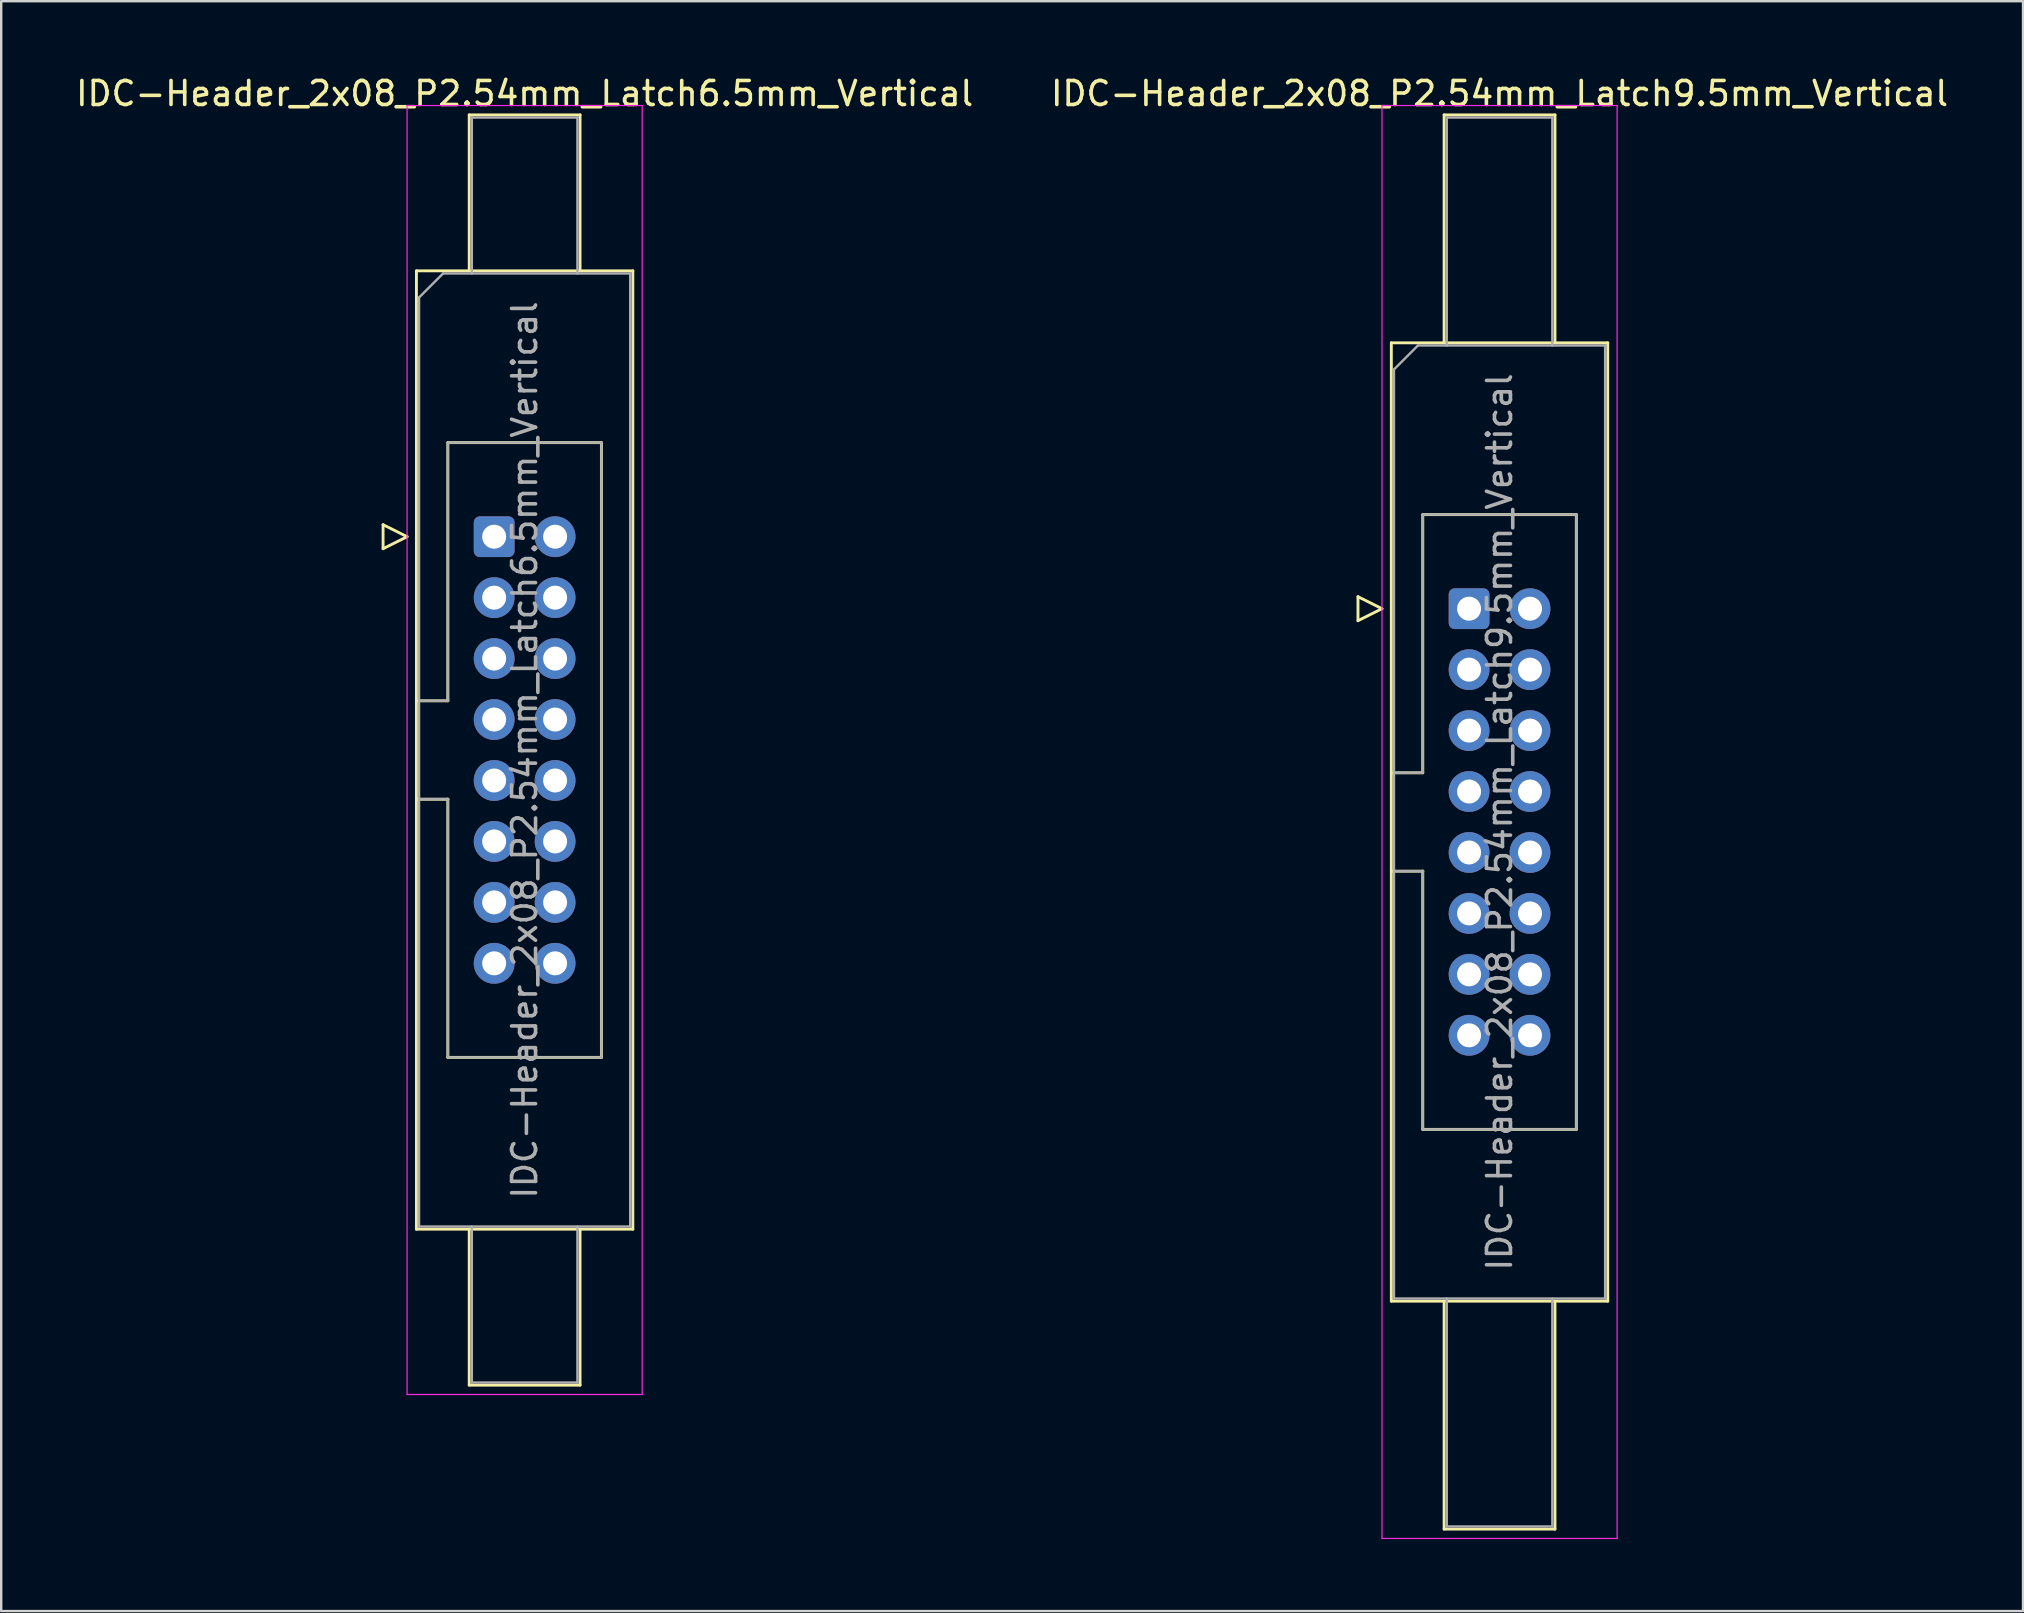
<source format=kicad_pcb>
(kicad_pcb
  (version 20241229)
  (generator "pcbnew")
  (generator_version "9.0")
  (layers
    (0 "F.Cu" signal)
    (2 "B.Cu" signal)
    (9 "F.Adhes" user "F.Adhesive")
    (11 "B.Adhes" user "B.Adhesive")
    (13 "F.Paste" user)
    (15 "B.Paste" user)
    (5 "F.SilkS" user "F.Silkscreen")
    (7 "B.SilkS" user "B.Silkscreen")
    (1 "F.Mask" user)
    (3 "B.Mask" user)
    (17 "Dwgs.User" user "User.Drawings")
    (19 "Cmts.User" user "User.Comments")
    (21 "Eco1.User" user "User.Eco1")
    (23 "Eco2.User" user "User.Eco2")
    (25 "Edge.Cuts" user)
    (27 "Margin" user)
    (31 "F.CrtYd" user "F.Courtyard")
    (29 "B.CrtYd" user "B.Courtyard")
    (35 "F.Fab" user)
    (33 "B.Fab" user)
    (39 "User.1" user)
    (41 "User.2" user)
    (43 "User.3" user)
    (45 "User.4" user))
  (footprint "IDC-Header_2x08_P2.54mm_Latch9.5mm_Vertical"
    (layer "F.Cu")
    (at 58.176 22.318)
    (property "Reference" "IDC-Header_2x08_P2.54mm_Latch9.5mm_Vertical" (at 1.27 -21.47 0) (layer "F.SilkS") (effects (font (size 1 1) (thickness 0.15))))
    (attr through_hole)
    (fp_line (start -4.63 -0.5) (end -4.63 0.5) (stroke (width 0.12) (type solid)) (layer "F.SilkS"))
    (fp_line (start -4.63 0.5) (end -3.63 0) (stroke (width 0.12) (type solid)) (layer "F.SilkS"))
    (fp_line (start -3.63 0) (end -4.63 -0.5) (stroke (width 0.12) (type solid)) (layer "F.SilkS"))
    (fp_line (start -3.24 -11.08) (end 5.78 -11.08) (stroke (width 0.12) (type solid)) (layer "F.SilkS"))
    (fp_line (start -3.24 6.84) (end -1.93 6.84) (stroke (width 0.12) (type solid)) (layer "F.SilkS"))
    (fp_line (start -3.24 28.86) (end -3.24 -11.08) (stroke (width 0.12) (type solid)) (layer "F.SilkS"))
    (fp_line (start -1.93 -3.92) (end 4.47 -3.92) (stroke (width 0.12) (type solid)) (layer "F.SilkS"))
    (fp_line (start -1.93 6.84) (end -1.93 -3.92) (stroke (width 0.12) (type solid)) (layer "F.SilkS"))
    (fp_line (start -1.93 10.94) (end -3.24 10.94) (stroke (width 0.12) (type solid)) (layer "F.SilkS"))
    (fp_line (start -1.93 10.94) (end -1.93 10.94) (stroke (width 0.12) (type solid)) (layer "F.SilkS"))
    (fp_line (start -1.93 21.7) (end -1.93 10.94) (stroke (width 0.12) (type solid)) (layer "F.SilkS"))
    (fp_line (start -1.04 -20.58) (end 3.58 -20.58) (stroke (width 0.12) (type solid)) (layer "F.SilkS"))
    (fp_line (start -1.04 -11.08) (end -1.04 -20.58) (stroke (width 0.12) (type solid)) (layer "F.SilkS"))
    (fp_line (start -1.04 28.86) (end -1.04 38.36) (stroke (width 0.12) (type solid)) (layer "F.SilkS"))
    (fp_line (start -1.04 38.36) (end 3.58 38.36) (stroke (width 0.12) (type solid)) (layer "F.SilkS"))
    (fp_line (start 3.58 -20.58) (end 3.58 -11.08) (stroke (width 0.12) (type solid)) (layer "F.SilkS"))
    (fp_line (start 3.58 38.36) (end 3.58 28.86) (stroke (width 0.12) (type solid)) (layer "F.SilkS"))
    (fp_line (start 4.47 -3.92) (end 4.47 21.7) (stroke (width 0.12) (type solid)) (layer "F.SilkS"))
    (fp_line (start 4.47 21.7) (end -1.93 21.7) (stroke (width 0.12) (type solid)) (layer "F.SilkS"))
    (fp_line (start 5.78 -11.08) (end 5.78 28.86) (stroke (width 0.12) (type solid)) (layer "F.SilkS"))
    (fp_line (start 5.78 28.86) (end -3.24 28.86) (stroke (width 0.12) (type solid)) (layer "F.SilkS"))
    (fp_line (start -3.63 -20.97) (end -3.63 38.75) (stroke (width 0.05) (type solid)) (layer "F.CrtYd"))
    (fp_line (start -3.63 38.75) (end 6.17 38.75) (stroke (width 0.05) (type solid)) (layer "F.CrtYd"))
    (fp_line (start 6.17 -20.97) (end -3.63 -20.97) (stroke (width 0.05) (type solid)) (layer "F.CrtYd"))
    (fp_line (start 6.17 38.75) (end 6.17 -20.97) (stroke (width 0.05) (type solid)) (layer "F.CrtYd"))
    (fp_line (start -3.13 -9.97) (end -2.13 -10.97) (stroke (width 0.1) (type solid)) (layer "F.Fab"))
    (fp_line (start -3.13 6.84) (end -1.93 6.84) (stroke (width 0.1) (type solid)) (layer "F.Fab"))
    (fp_line (start -3.13 28.75) (end -3.13 -9.97) (stroke (width 0.1) (type solid)) (layer "F.Fab"))
    (fp_line (start -2.13 -10.97) (end 5.67 -10.97) (stroke (width 0.1) (type solid)) (layer "F.Fab"))
    (fp_line (start -1.93 -3.92) (end 4.47 -3.92) (stroke (width 0.1) (type solid)) (layer "F.Fab"))
    (fp_line (start -1.93 6.84) (end -1.93 -3.92) (stroke (width 0.1) (type solid)) (layer "F.Fab"))
    (fp_line (start -1.93 10.94) (end -3.13 10.94) (stroke (width 0.1) (type solid)) (layer "F.Fab"))
    (fp_line (start -1.93 10.94) (end -1.93 10.94) (stroke (width 0.1) (type solid)) (layer "F.Fab"))
    (fp_line (start -1.93 21.7) (end -1.93 10.94) (stroke (width 0.1) (type solid)) (layer "F.Fab"))
    (fp_line (start -0.93 -20.47) (end 3.47 -20.47) (stroke (width 0.1) (type solid)) (layer "F.Fab"))
    (fp_line (start -0.93 -10.97) (end -0.93 -20.47) (stroke (width 0.1) (type solid)) (layer "F.Fab"))
    (fp_line (start -0.93 28.75) (end -0.93 38.25) (stroke (width 0.1) (type solid)) (layer "F.Fab"))
    (fp_line (start -0.93 38.25) (end 3.47 38.25) (stroke (width 0.1) (type solid)) (layer "F.Fab"))
    (fp_line (start 3.47 -20.47) (end 3.47 -10.97) (stroke (width 0.1) (type solid)) (layer "F.Fab"))
    (fp_line (start 3.47 38.25) (end 3.47 28.75) (stroke (width 0.1) (type solid)) (layer "F.Fab"))
    (fp_line (start 4.47 -3.92) (end 4.47 21.7) (stroke (width 0.1) (type solid)) (layer "F.Fab"))
    (fp_line (start 4.47 21.7) (end -1.93 21.7) (stroke (width 0.1) (type solid)) (layer "F.Fab"))
    (fp_line (start 5.67 -10.97) (end 5.67 28.75) (stroke (width 0.1) (type solid)) (layer "F.Fab"))
    (fp_line (start 5.67 28.75) (end -3.13 28.75) (stroke (width 0.1) (type solid)) (layer "F.Fab"))
    (fp_text user "${REFERENCE}" (at 1.27 8.89 90) (layer "F.Fab") (effects (font (size 1 1) (thickness 0.15))))
    (pad "1" thru_hole roundrect (at 0 0) (size 1.7 1.7) (drill 1) (layers "*.Cu" "*.Mask") (roundrect_rratio 0.147))
    (pad "2" thru_hole circle (at 2.54 0) (size 1.7 1.7) (drill 1) (layers "*.Cu" "*.Mask"))
    (pad "3" thru_hole circle (at 0 2.54) (size 1.7 1.7) (drill 1) (layers "*.Cu" "*.Mask"))
    (pad "4" thru_hole circle (at 2.54 2.54) (size 1.7 1.7) (drill 1) (layers "*.Cu" "*.Mask"))
    (pad "5" thru_hole circle (at 0 5.08) (size 1.7 1.7) (drill 1) (layers "*.Cu" "*.Mask"))
    (pad "6" thru_hole circle (at 2.54 5.08) (size 1.7 1.7) (drill 1) (layers "*.Cu" "*.Mask"))
    (pad "7" thru_hole circle (at 0 7.62) (size 1.7 1.7) (drill 1) (layers "*.Cu" "*.Mask"))
    (pad "8" thru_hole circle (at 2.54 7.62) (size 1.7 1.7) (drill 1) (layers "*.Cu" "*.Mask"))
    (pad "9" thru_hole circle (at 0 10.16) (size 1.7 1.7) (drill 1) (layers "*.Cu" "*.Mask"))
    (pad "10" thru_hole circle (at 2.54 10.16) (size 1.7 1.7) (drill 1) (layers "*.Cu" "*.Mask"))
    (pad "11" thru_hole circle (at 0 12.7) (size 1.7 1.7) (drill 1) (layers "*.Cu" "*.Mask"))
    (pad "12" thru_hole circle (at 2.54 12.7) (size 1.7 1.7) (drill 1) (layers "*.Cu" "*.Mask"))
    (pad "13" thru_hole circle (at 0 15.24) (size 1.7 1.7) (drill 1) (layers "*.Cu" "*.Mask"))
    (pad "14" thru_hole circle (at 2.54 15.24) (size 1.7 1.7) (drill 1) (layers "*.Cu" "*.Mask"))
    (pad "15" thru_hole circle (at 0 17.78) (size 1.7 1.7) (drill 1) (layers "*.Cu" "*.Mask"))
    (pad "16" thru_hole circle (at 2.54 17.78) (size 1.7 1.7) (drill 1) (layers "*.Cu" "*.Mask")))
  (footprint "IDC-Header_2x08_P2.54mm_Latch6.5mm_Vertical"
    (layer "F.Cu")
    (at 17.545 19.318)
    (property "Reference" "IDC-Header_2x08_P2.54mm_Latch6.5mm_Vertical" (at 1.27 -18.47 0) (layer "F.SilkS") (effects (font (size 1 1) (thickness 0.15))))
    (attr through_hole)
    (fp_line (start -4.63 -0.5) (end -4.63 0.5) (stroke (width 0.12) (type solid)) (layer "F.SilkS"))
    (fp_line (start -4.63 0.5) (end -3.63 0) (stroke (width 0.12) (type solid)) (layer "F.SilkS"))
    (fp_line (start -3.63 0) (end -4.63 -0.5) (stroke (width 0.12) (type solid)) (layer "F.SilkS"))
    (fp_line (start -3.24 -11.08) (end 5.78 -11.08) (stroke (width 0.12) (type solid)) (layer "F.SilkS"))
    (fp_line (start -3.24 6.84) (end -1.93 6.84) (stroke (width 0.12) (type solid)) (layer "F.SilkS"))
    (fp_line (start -3.24 28.86) (end -3.24 -11.08) (stroke (width 0.12) (type solid)) (layer "F.SilkS"))
    (fp_line (start -1.93 -3.92) (end 4.47 -3.92) (stroke (width 0.12) (type solid)) (layer "F.SilkS"))
    (fp_line (start -1.93 6.84) (end -1.93 -3.92) (stroke (width 0.12) (type solid)) (layer "F.SilkS"))
    (fp_line (start -1.93 10.94) (end -3.24 10.94) (stroke (width 0.12) (type solid)) (layer "F.SilkS"))
    (fp_line (start -1.93 10.94) (end -1.93 10.94) (stroke (width 0.12) (type solid)) (layer "F.SilkS"))
    (fp_line (start -1.93 21.7) (end -1.93 10.94) (stroke (width 0.12) (type solid)) (layer "F.SilkS"))
    (fp_line (start -1.04 -17.58) (end 3.58 -17.58) (stroke (width 0.12) (type solid)) (layer "F.SilkS"))
    (fp_line (start -1.04 -11.08) (end -1.04 -17.58) (stroke (width 0.12) (type solid)) (layer "F.SilkS"))
    (fp_line (start -1.04 28.86) (end -1.04 35.36) (stroke (width 0.12) (type solid)) (layer "F.SilkS"))
    (fp_line (start -1.04 35.36) (end 3.58 35.36) (stroke (width 0.12) (type solid)) (layer "F.SilkS"))
    (fp_line (start 3.58 -17.58) (end 3.58 -11.08) (stroke (width 0.12) (type solid)) (layer "F.SilkS"))
    (fp_line (start 3.58 35.36) (end 3.58 28.86) (stroke (width 0.12) (type solid)) (layer "F.SilkS"))
    (fp_line (start 4.47 -3.92) (end 4.47 21.7) (stroke (width 0.12) (type solid)) (layer "F.SilkS"))
    (fp_line (start 4.47 21.7) (end -1.93 21.7) (stroke (width 0.12) (type solid)) (layer "F.SilkS"))
    (fp_line (start 5.78 -11.08) (end 5.78 28.86) (stroke (width 0.12) (type solid)) (layer "F.SilkS"))
    (fp_line (start 5.78 28.86) (end -3.24 28.86) (stroke (width 0.12) (type solid)) (layer "F.SilkS"))
    (fp_line (start -3.63 -17.97) (end -3.63 35.75) (stroke (width 0.05) (type solid)) (layer "F.CrtYd"))
    (fp_line (start -3.63 35.75) (end 6.17 35.75) (stroke (width 0.05) (type solid)) (layer "F.CrtYd"))
    (fp_line (start 6.17 -17.97) (end -3.63 -17.97) (stroke (width 0.05) (type solid)) (layer "F.CrtYd"))
    (fp_line (start 6.17 35.75) (end 6.17 -17.97) (stroke (width 0.05) (type solid)) (layer "F.CrtYd"))
    (fp_line (start -3.13 -9.97) (end -2.13 -10.97) (stroke (width 0.1) (type solid)) (layer "F.Fab"))
    (fp_line (start -3.13 6.84) (end -1.93 6.84) (stroke (width 0.1) (type solid)) (layer "F.Fab"))
    (fp_line (start -3.13 28.75) (end -3.13 -9.97) (stroke (width 0.1) (type solid)) (layer "F.Fab"))
    (fp_line (start -2.13 -10.97) (end 5.67 -10.97) (stroke (width 0.1) (type solid)) (layer "F.Fab"))
    (fp_line (start -1.93 -3.92) (end 4.47 -3.92) (stroke (width 0.1) (type solid)) (layer "F.Fab"))
    (fp_line (start -1.93 6.84) (end -1.93 -3.92) (stroke (width 0.1) (type solid)) (layer "F.Fab"))
    (fp_line (start -1.93 10.94) (end -3.13 10.94) (stroke (width 0.1) (type solid)) (layer "F.Fab"))
    (fp_line (start -1.93 10.94) (end -1.93 10.94) (stroke (width 0.1) (type solid)) (layer "F.Fab"))
    (fp_line (start -1.93 21.7) (end -1.93 10.94) (stroke (width 0.1) (type solid)) (layer "F.Fab"))
    (fp_line (start -0.93 -17.47) (end 3.47 -17.47) (stroke (width 0.1) (type solid)) (layer "F.Fab"))
    (fp_line (start -0.93 -10.97) (end -0.93 -17.47) (stroke (width 0.1) (type solid)) (layer "F.Fab"))
    (fp_line (start -0.93 28.75) (end -0.93 35.25) (stroke (width 0.1) (type solid)) (layer "F.Fab"))
    (fp_line (start -0.93 35.25) (end 3.47 35.25) (stroke (width 0.1) (type solid)) (layer "F.Fab"))
    (fp_line (start 3.47 -17.47) (end 3.47 -10.97) (stroke (width 0.1) (type solid)) (layer "F.Fab"))
    (fp_line (start 3.47 35.25) (end 3.47 28.75) (stroke (width 0.1) (type solid)) (layer "F.Fab"))
    (fp_line (start 4.47 -3.92) (end 4.47 21.7) (stroke (width 0.1) (type solid)) (layer "F.Fab"))
    (fp_line (start 4.47 21.7) (end -1.93 21.7) (stroke (width 0.1) (type solid)) (layer "F.Fab"))
    (fp_line (start 5.67 -10.97) (end 5.67 28.75) (stroke (width 0.1) (type solid)) (layer "F.Fab"))
    (fp_line (start 5.67 28.75) (end -3.13 28.75) (stroke (width 0.1) (type solid)) (layer "F.Fab"))
    (fp_text user "${REFERENCE}" (at 1.27 8.89 90) (layer "F.Fab") (effects (font (size 1 1) (thickness 0.15))))
    (pad "1" thru_hole roundrect (at 0 0) (size 1.7 1.7) (drill 1) (layers "*.Cu" "*.Mask") (roundrect_rratio 0.147))
    (pad "2" thru_hole circle (at 2.54 0) (size 1.7 1.7) (drill 1) (layers "*.Cu" "*.Mask"))
    (pad "3" thru_hole circle (at 0 2.54) (size 1.7 1.7) (drill 1) (layers "*.Cu" "*.Mask"))
    (pad "4" thru_hole circle (at 2.54 2.54) (size 1.7 1.7) (drill 1) (layers "*.Cu" "*.Mask"))
    (pad "5" thru_hole circle (at 0 5.08) (size 1.7 1.7) (drill 1) (layers "*.Cu" "*.Mask"))
    (pad "6" thru_hole circle (at 2.54 5.08) (size 1.7 1.7) (drill 1) (layers "*.Cu" "*.Mask"))
    (pad "7" thru_hole circle (at 0 7.62) (size 1.7 1.7) (drill 1) (layers "*.Cu" "*.Mask"))
    (pad "8" thru_hole circle (at 2.54 7.62) (size 1.7 1.7) (drill 1) (layers "*.Cu" "*.Mask"))
    (pad "9" thru_hole circle (at 0 10.16) (size 1.7 1.7) (drill 1) (layers "*.Cu" "*.Mask"))
    (pad "10" thru_hole circle (at 2.54 10.16) (size 1.7 1.7) (drill 1) (layers "*.Cu" "*.Mask"))
    (pad "11" thru_hole circle (at 0 12.7) (size 1.7 1.7) (drill 1) (layers "*.Cu" "*.Mask"))
    (pad "12" thru_hole circle (at 2.54 12.7) (size 1.7 1.7) (drill 1) (layers "*.Cu" "*.Mask"))
    (pad "13" thru_hole circle (at 0 15.24) (size 1.7 1.7) (drill 1) (layers "*.Cu" "*.Mask"))
    (pad "14" thru_hole circle (at 2.54 15.24) (size 1.7 1.7) (drill 1) (layers "*.Cu" "*.Mask"))
    (pad "15" thru_hole circle (at 0 17.78) (size 1.7 1.7) (drill 1) (layers "*.Cu" "*.Mask"))
    (pad "16" thru_hole circle (at 2.54 17.78) (size 1.7 1.7) (drill 1) (layers "*.Cu" "*.Mask")))
  (gr_rect
    (start -3 -3)
    (end 81.262 64.093)
    (stroke (width 0.1) (type default))
    (fill no)
    (layer "Edge.Cuts")))
</source>
